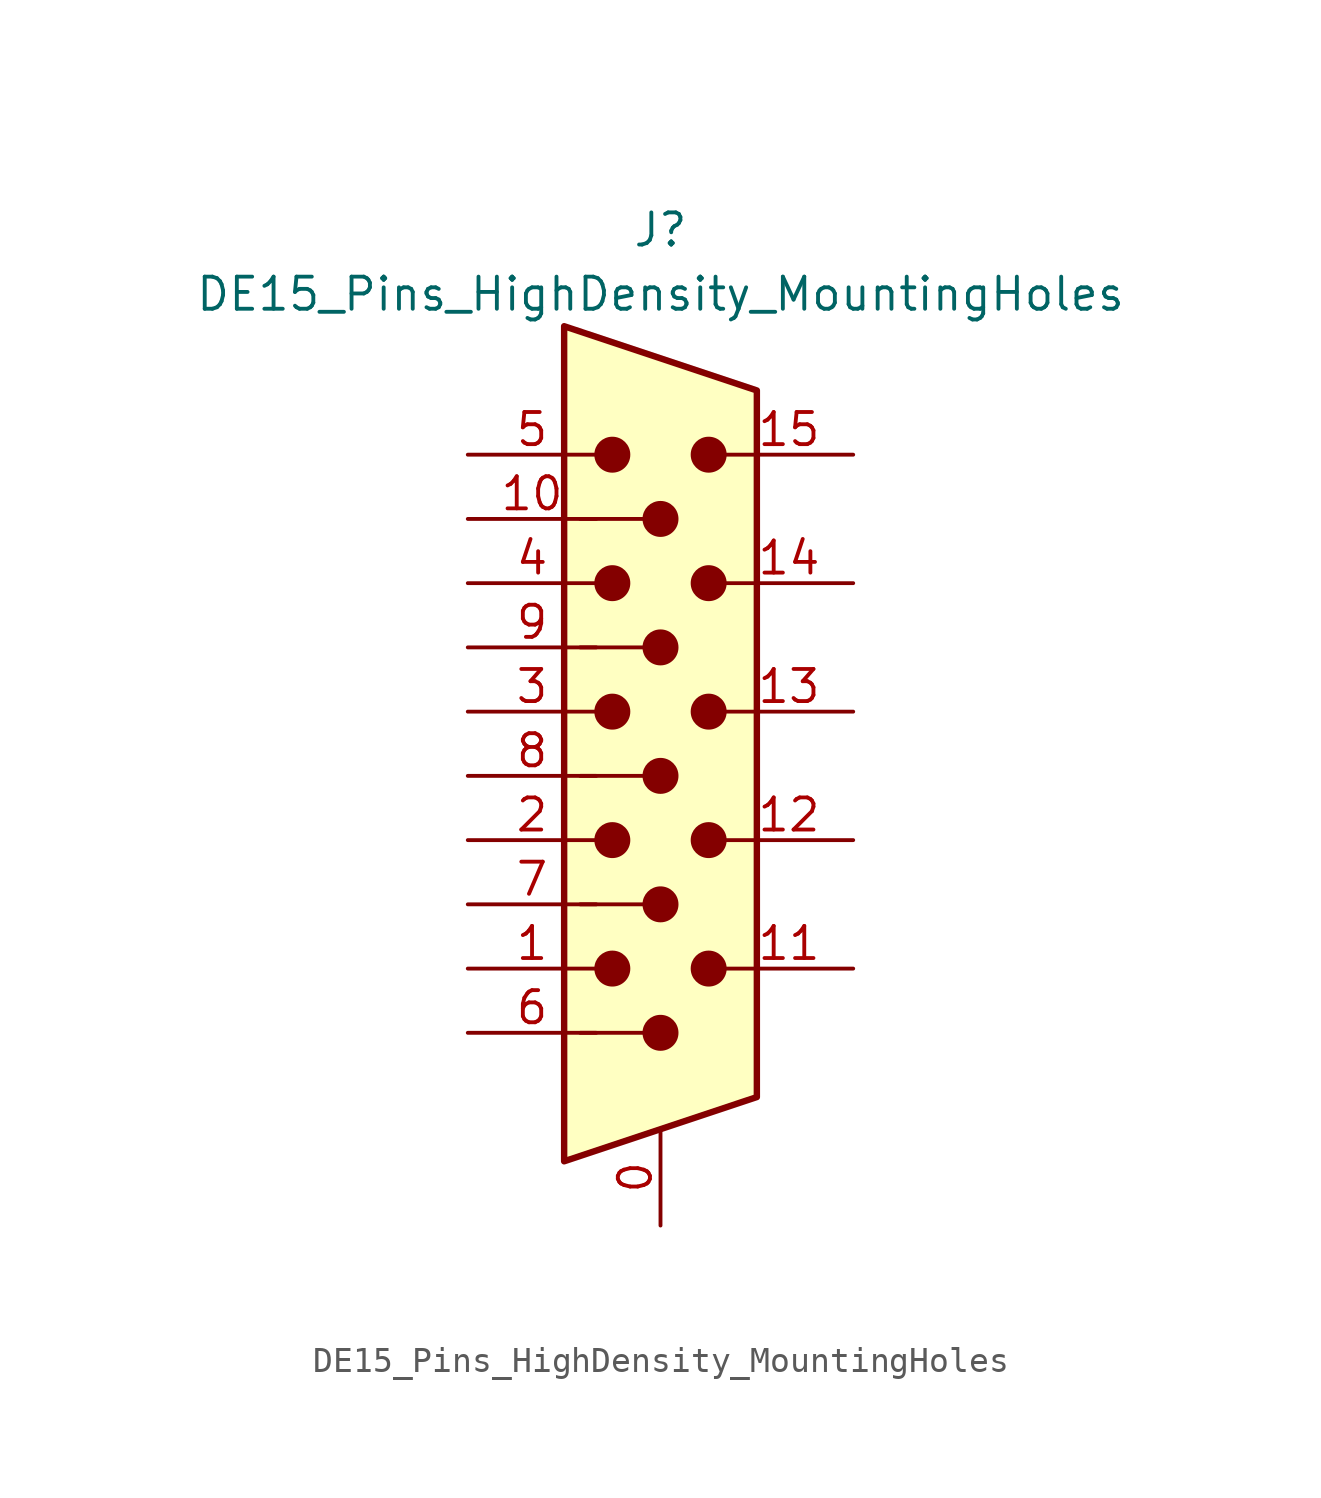
<source format=kicad_sym>
(kicad_symbol_lib
  (version 20241209)
  (generator "kicad_symbol_editor")
  (generator_version "9.0")
  (symbol "DE15_Pins_HighDensity_MountingHoles"
    (pin_names
      (offset 1.016)
      (hide yes))
    (property "Reference" "J"
      (at 0 21.59 0)
      (effects (font (size 1.27 1.27))))
    (property "Value" "DE15_Pins_HighDensity_MountingHoles"
      (at 0 19.05 0)
      (effects (font (size 1.27 1.27))))
    (symbol "DE15_Pins_HighDensity_MountingHoles_0_1"
      (polyline (pts (xy -3.81 17.78) (xy -3.81 -15.24) (xy 3.81 -12.7) (xy 3.81 15.24) (xy -3.81 17.78)) (stroke (width 0.254) (type default)) (fill (type background)))
      (polyline (pts (xy -3.175 -5.08) (xy -0.635 -5.08)) (stroke (width 0) (type default)) (fill (type none)))
      (circle (center -1.905 12.7) (radius 0.635) (stroke (width 0) (type default)) (fill (type outline)))
      (circle (center -1.905 7.62) (radius 0.635) (stroke (width 0) (type default)) (fill (type outline)))
      (circle (center -1.905 2.54) (radius 0.635) (stroke (width 0) (type default)) (fill (type outline)))
      (circle (center -1.905 -2.54) (radius 0.635) (stroke (width 0) (type default)) (fill (type outline)))
      (circle (center -1.905 -7.62) (radius 0.635) (stroke (width 0) (type default)) (fill (type outline)))
      (polyline (pts (xy -0.635 10.16) (xy -3.175 10.16)) (stroke (width 0) (type default)) (fill (type none)))
      (polyline (pts (xy -0.635 5.08) (xy -3.175 5.08)) (stroke (width 0) (type default)) (fill (type none)))
      (polyline (pts (xy -0.635 0) (xy -3.175 0)) (stroke (width 0) (type default)) (fill (type none)))
      (polyline (pts (xy -0.635 -10.16) (xy -3.175 -10.16)) (stroke (width 0) (type default)) (fill (type none)))
      (circle (center 0 10.16) (radius 0.635) (stroke (width 0) (type default)) (fill (type outline)))
      (circle (center 0 5.08) (radius 0.635) (stroke (width 0) (type default)) (fill (type outline)))
      (circle (center 0 0) (radius 0.635) (stroke (width 0) (type default)) (fill (type outline)))
      (circle (center 0 -5.08) (radius 0.635) (stroke (width 0) (type default)) (fill (type outline)))
      (circle (center 0 -10.16) (radius 0.635) (stroke (width 0) (type default)) (fill (type outline)))
      (circle (center 1.905 12.7) (radius 0.635) (stroke (width 0) (type default)) (fill (type outline)))
      (circle (center 1.905 7.62) (radius 0.635) (stroke (width 0) (type default)) (fill (type outline)))
      (circle (center 1.905 2.54) (radius 0.635) (stroke (width 0) (type default)) (fill (type outline)))
      (circle (center 1.905 -2.54) (radius 0.635) (stroke (width 0) (type default)) (fill (type outline)))
      (circle (center 1.905 -7.62) (radius 0.635) (stroke (width 0) (type default)) (fill (type outline))))
    (symbol "DE15_Pins_HighDensity_MountingHoles_1_1"
      (pin passive line (at -7.62 12.7 0) (length 5.08) (name "~" (effects (font (size 1.27 1.27)))) (number "5" (effects (font (size 1.27 1.27)))))
      (pin passive line (at -7.62 10.16 0) (length 5.08) (name "~" (effects (font (size 1.27 1.27)))) (number "10" (effects (font (size 1.27 1.27)))))
      (pin passive line (at -7.62 7.62 0) (length 5.08) (name "~" (effects (font (size 1.27 1.27)))) (number "4" (effects (font (size 1.27 1.27)))))
      (pin passive line (at -7.62 5.08 0) (length 5.08) (name "~" (effects (font (size 1.27 1.27)))) (number "9" (effects (font (size 1.27 1.27)))))
      (pin passive line (at -7.62 2.54 0) (length 5.08) (name "~" (effects (font (size 1.27 1.27)))) (number "3" (effects (font (size 1.27 1.27)))))
      (pin passive line (at -7.62 0 0) (length 5.08) (name "~" (effects (font (size 1.27 1.27)))) (number "8" (effects (font (size 1.27 1.27)))))
      (pin passive line (at -7.62 -2.54 0) (length 5.08) (name "~" (effects (font (size 1.27 1.27)))) (number "2" (effects (font (size 1.27 1.27)))))
      (pin passive line (at -7.62 -5.08 0) (length 5.08) (name "~" (effects (font (size 1.27 1.27)))) (number "7" (effects (font (size 1.27 1.27)))))
      (pin passive line (at -7.62 -7.62 0) (length 5.08) (name "~" (effects (font (size 1.27 1.27)))) (number "1" (effects (font (size 1.27 1.27)))))
      (pin passive line (at -7.62 -10.16 0) (length 5.08) (name "~" (effects (font (size 1.27 1.27)))) (number "6" (effects (font (size 1.27 1.27)))))
      (pin passive line (at 0 -17.78 90) (length 3.81) (name "~" (effects (font (size 1.27 1.27)))) (number "0" (effects (font (size 1.27 1.27)))))
      (pin passive line (at 7.62 12.7 180) (length 5.08) (name "~" (effects (font (size 1.27 1.27)))) (number "15" (effects (font (size 1.27 1.27)))))
      (pin passive line (at 7.62 7.62 180) (length 5.08) (name "~" (effects (font (size 1.27 1.27)))) (number "14" (effects (font (size 1.27 1.27)))))
      (pin passive line (at 7.62 2.54 180) (length 5.08) (name "~" (effects (font (size 1.27 1.27)))) (number "13" (effects (font (size 1.27 1.27)))))
      (pin passive line (at 7.62 -2.54 180) (length 5.08) (name "~" (effects (font (size 1.27 1.27)))) (number "12" (effects (font (size 1.27 1.27)))))
      (pin passive line (at 7.62 -7.62 180) (length 5.08) (name "~" (effects (font (size 1.27 1.27)))) (number "11" (effects (font (size 1.27 1.27))))))))
</source>
